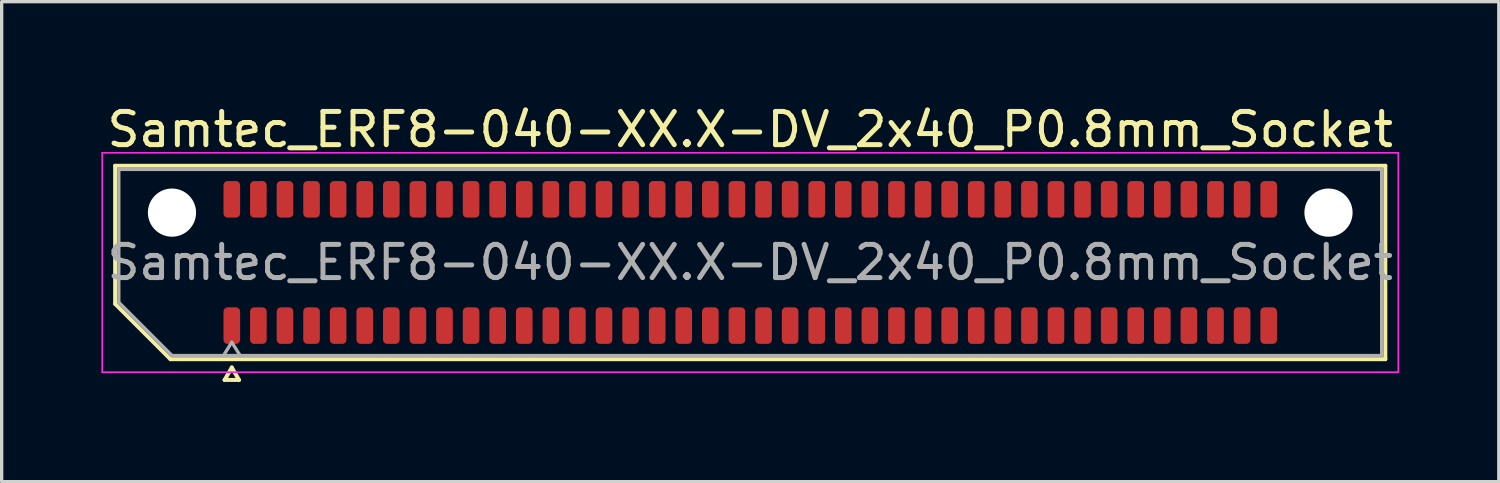
<source format=kicad_pcb>
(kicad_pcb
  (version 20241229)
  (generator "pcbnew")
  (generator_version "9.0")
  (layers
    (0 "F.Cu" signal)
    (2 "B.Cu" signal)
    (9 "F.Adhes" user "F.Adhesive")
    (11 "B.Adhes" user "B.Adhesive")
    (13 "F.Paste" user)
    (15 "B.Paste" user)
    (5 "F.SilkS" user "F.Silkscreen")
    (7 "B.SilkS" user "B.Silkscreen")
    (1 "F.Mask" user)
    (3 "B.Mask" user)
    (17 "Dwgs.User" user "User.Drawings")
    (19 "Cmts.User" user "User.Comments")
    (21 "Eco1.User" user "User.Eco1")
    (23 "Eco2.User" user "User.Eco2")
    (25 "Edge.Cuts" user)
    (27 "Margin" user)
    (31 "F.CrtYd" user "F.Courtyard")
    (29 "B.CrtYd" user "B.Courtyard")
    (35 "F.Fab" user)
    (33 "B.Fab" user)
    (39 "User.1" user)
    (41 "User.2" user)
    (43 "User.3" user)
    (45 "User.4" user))
  (footprint "Samtec_ERF8-040-XX.X-DV_2x40_P0.8mm_Socket"
    (layer "F.Cu")
    (at 19.525 4.848)
    (property "Reference" "Samtec_ERF8-040-XX.X-DV_2x40_P0.8mm_Socket" (at 0 -4 0) (layer "F.SilkS") (effects (font (size 1 1) (thickness 0.15))))
    (attr smd)
    (fp_line (start -19.11 -2.91) (end 19.11 -2.91) (stroke (width 0.12) (type solid)) (layer "F.SilkS"))
    (fp_line (start -19.11 1.246) (end -19.11 -2.91) (stroke (width 0.12) (type solid)) (layer "F.SilkS"))
    (fp_line (start -17.446 2.91) (end -19.11 1.246) (stroke (width 0.12) (type solid)) (layer "F.SilkS"))
    (fp_line (start -15.817 3.535) (end -15.6 3.16) (stroke (width 0.12) (type solid)) (layer "F.SilkS"))
    (fp_line (start -15.6 3.16) (end -15.383 3.535) (stroke (width 0.12) (type solid)) (layer "F.SilkS"))
    (fp_line (start -15.383 3.535) (end -15.817 3.535) (stroke (width 0.12) (type solid)) (layer "F.SilkS"))
    (fp_line (start 19.11 -2.91) (end 19.11 2.91) (stroke (width 0.12) (type solid)) (layer "F.SilkS"))
    (fp_line (start 19.11 2.91) (end -17.446 2.91) (stroke (width 0.12) (type solid)) (layer "F.SilkS"))
    (fp_line (start -19.5 -3.3) (end -19.5 3.3) (stroke (width 0.05) (type solid)) (layer "F.CrtYd"))
    (fp_line (start -19.5 3.3) (end 19.5 3.3) (stroke (width 0.05) (type solid)) (layer "F.CrtYd"))
    (fp_line (start 19.5 -3.3) (end -19.5 -3.3) (stroke (width 0.05) (type solid)) (layer "F.CrtYd"))
    (fp_line (start 19.5 3.3) (end 19.5 -3.3) (stroke (width 0.05) (type solid)) (layer "F.CrtYd"))
    (fp_line (start -19 -2.8) (end 19 -2.8) (stroke (width 0.1) (type solid)) (layer "F.Fab"))
    (fp_line (start -19 1.2) (end -19 -2.8) (stroke (width 0.1) (type solid)) (layer "F.Fab"))
    (fp_line (start -17.4 2.8) (end -19 1.2) (stroke (width 0.1) (type solid)) (layer "F.Fab"))
    (fp_line (start -15.6 2.4) (end -15.85 2.8) (stroke (width 0.1) (type solid)) (layer "F.Fab"))
    (fp_line (start -15.6 2.4) (end -15.35 2.8) (stroke (width 0.1) (type solid)) (layer "F.Fab"))
    (fp_line (start 19 -2.8) (end 19 2.8) (stroke (width 0.1) (type solid)) (layer "F.Fab"))
    (fp_line (start 19 2.8) (end -17.4 2.8) (stroke (width 0.1) (type solid)) (layer "F.Fab"))
    (fp_text user "${REFERENCE}" (at 0 0 0) (layer "F.Fab") (effects (font (size 1 1) (thickness 0.15))))
    (pad "" np_thru_hole circle (at -17.4 -1.5) (size 1.45 1.45) (drill 1.45) (layers "*.Cu" "*.Mask"))
    (pad "" np_thru_hole circle (at 17.4 -1.5) (size 1.45 1.45) (drill 1.45) (layers "*.Cu" "*.Mask"))
    (pad "1" smd roundrect (at -15.6 1.9) (size 0.5 1.1) (layers "F.Cu" "F.Mask" "F.Paste") (roundrect_rratio 0.25))
    (pad "2" smd roundrect (at -15.6 -1.9) (size 0.5 1.1) (layers "F.Cu" "F.Mask" "F.Paste") (roundrect_rratio 0.25))
    (pad "3" smd roundrect (at -14.8 1.9) (size 0.5 1.1) (layers "F.Cu" "F.Mask" "F.Paste") (roundrect_rratio 0.25))
    (pad "4" smd roundrect (at -14.8 -1.9) (size 0.5 1.1) (layers "F.Cu" "F.Mask" "F.Paste") (roundrect_rratio 0.25))
    (pad "5" smd roundrect (at -14 1.9) (size 0.5 1.1) (layers "F.Cu" "F.Mask" "F.Paste") (roundrect_rratio 0.25))
    (pad "6" smd roundrect (at -14 -1.9) (size 0.5 1.1) (layers "F.Cu" "F.Mask" "F.Paste") (roundrect_rratio 0.25))
    (pad "7" smd roundrect (at -13.2 1.9) (size 0.5 1.1) (layers "F.Cu" "F.Mask" "F.Paste") (roundrect_rratio 0.25))
    (pad "8" smd roundrect (at -13.2 -1.9) (size 0.5 1.1) (layers "F.Cu" "F.Mask" "F.Paste") (roundrect_rratio 0.25))
    (pad "9" smd roundrect (at -12.4 1.9) (size 0.5 1.1) (layers "F.Cu" "F.Mask" "F.Paste") (roundrect_rratio 0.25))
    (pad "10" smd roundrect (at -12.4 -1.9) (size 0.5 1.1) (layers "F.Cu" "F.Mask" "F.Paste") (roundrect_rratio 0.25))
    (pad "11" smd roundrect (at -11.6 1.9) (size 0.5 1.1) (layers "F.Cu" "F.Mask" "F.Paste") (roundrect_rratio 0.25))
    (pad "12" smd roundrect (at -11.6 -1.9) (size 0.5 1.1) (layers "F.Cu" "F.Mask" "F.Paste") (roundrect_rratio 0.25))
    (pad "13" smd roundrect (at -10.8 1.9) (size 0.5 1.1) (layers "F.Cu" "F.Mask" "F.Paste") (roundrect_rratio 0.25))
    (pad "14" smd roundrect (at -10.8 -1.9) (size 0.5 1.1) (layers "F.Cu" "F.Mask" "F.Paste") (roundrect_rratio 0.25))
    (pad "15" smd roundrect (at -10 1.9) (size 0.5 1.1) (layers "F.Cu" "F.Mask" "F.Paste") (roundrect_rratio 0.25))
    (pad "16" smd roundrect (at -10 -1.9) (size 0.5 1.1) (layers "F.Cu" "F.Mask" "F.Paste") (roundrect_rratio 0.25))
    (pad "17" smd roundrect (at -9.2 1.9) (size 0.5 1.1) (layers "F.Cu" "F.Mask" "F.Paste") (roundrect_rratio 0.25))
    (pad "18" smd roundrect (at -9.2 -1.9) (size 0.5 1.1) (layers "F.Cu" "F.Mask" "F.Paste") (roundrect_rratio 0.25))
    (pad "19" smd roundrect (at -8.4 1.9) (size 0.5 1.1) (layers "F.Cu" "F.Mask" "F.Paste") (roundrect_rratio 0.25))
    (pad "20" smd roundrect (at -8.4 -1.9) (size 0.5 1.1) (layers "F.Cu" "F.Mask" "F.Paste") (roundrect_rratio 0.25))
    (pad "21" smd roundrect (at -7.6 1.9) (size 0.5 1.1) (layers "F.Cu" "F.Mask" "F.Paste") (roundrect_rratio 0.25))
    (pad "22" smd roundrect (at -7.6 -1.9) (size 0.5 1.1) (layers "F.Cu" "F.Mask" "F.Paste") (roundrect_rratio 0.25))
    (pad "23" smd roundrect (at -6.8 1.9) (size 0.5 1.1) (layers "F.Cu" "F.Mask" "F.Paste") (roundrect_rratio 0.25))
    (pad "24" smd roundrect (at -6.8 -1.9) (size 0.5 1.1) (layers "F.Cu" "F.Mask" "F.Paste") (roundrect_rratio 0.25))
    (pad "25" smd roundrect (at -6 1.9) (size 0.5 1.1) (layers "F.Cu" "F.Mask" "F.Paste") (roundrect_rratio 0.25))
    (pad "26" smd roundrect (at -6 -1.9) (size 0.5 1.1) (layers "F.Cu" "F.Mask" "F.Paste") (roundrect_rratio 0.25))
    (pad "27" smd roundrect (at -5.2 1.9) (size 0.5 1.1) (layers "F.Cu" "F.Mask" "F.Paste") (roundrect_rratio 0.25))
    (pad "28" smd roundrect (at -5.2 -1.9) (size 0.5 1.1) (layers "F.Cu" "F.Mask" "F.Paste") (roundrect_rratio 0.25))
    (pad "29" smd roundrect (at -4.4 1.9) (size 0.5 1.1) (layers "F.Cu" "F.Mask" "F.Paste") (roundrect_rratio 0.25))
    (pad "30" smd roundrect (at -4.4 -1.9) (size 0.5 1.1) (layers "F.Cu" "F.Mask" "F.Paste") (roundrect_rratio 0.25))
    (pad "31" smd roundrect (at -3.6 1.9) (size 0.5 1.1) (layers "F.Cu" "F.Mask" "F.Paste") (roundrect_rratio 0.25))
    (pad "32" smd roundrect (at -3.6 -1.9) (size 0.5 1.1) (layers "F.Cu" "F.Mask" "F.Paste") (roundrect_rratio 0.25))
    (pad "33" smd roundrect (at -2.8 1.9) (size 0.5 1.1) (layers "F.Cu" "F.Mask" "F.Paste") (roundrect_rratio 0.25))
    (pad "34" smd roundrect (at -2.8 -1.9) (size 0.5 1.1) (layers "F.Cu" "F.Mask" "F.Paste") (roundrect_rratio 0.25))
    (pad "35" smd roundrect (at -2 1.9) (size 0.5 1.1) (layers "F.Cu" "F.Mask" "F.Paste") (roundrect_rratio 0.25))
    (pad "36" smd roundrect (at -2 -1.9) (size 0.5 1.1) (layers "F.Cu" "F.Mask" "F.Paste") (roundrect_rratio 0.25))
    (pad "37" smd roundrect (at -1.2 1.9) (size 0.5 1.1) (layers "F.Cu" "F.Mask" "F.Paste") (roundrect_rratio 0.25))
    (pad "38" smd roundrect (at -1.2 -1.9) (size 0.5 1.1) (layers "F.Cu" "F.Mask" "F.Paste") (roundrect_rratio 0.25))
    (pad "39" smd roundrect (at -0.4 1.9) (size 0.5 1.1) (layers "F.Cu" "F.Mask" "F.Paste") (roundrect_rratio 0.25))
    (pad "40" smd roundrect (at -0.4 -1.9) (size 0.5 1.1) (layers "F.Cu" "F.Mask" "F.Paste") (roundrect_rratio 0.25))
    (pad "41" smd roundrect (at 0.4 1.9) (size 0.5 1.1) (layers "F.Cu" "F.Mask" "F.Paste") (roundrect_rratio 0.25))
    (pad "42" smd roundrect (at 0.4 -1.9) (size 0.5 1.1) (layers "F.Cu" "F.Mask" "F.Paste") (roundrect_rratio 0.25))
    (pad "43" smd roundrect (at 1.2 1.9) (size 0.5 1.1) (layers "F.Cu" "F.Mask" "F.Paste") (roundrect_rratio 0.25))
    (pad "44" smd roundrect (at 1.2 -1.9) (size 0.5 1.1) (layers "F.Cu" "F.Mask" "F.Paste") (roundrect_rratio 0.25))
    (pad "45" smd roundrect (at 2 1.9) (size 0.5 1.1) (layers "F.Cu" "F.Mask" "F.Paste") (roundrect_rratio 0.25))
    (pad "46" smd roundrect (at 2 -1.9) (size 0.5 1.1) (layers "F.Cu" "F.Mask" "F.Paste") (roundrect_rratio 0.25))
    (pad "47" smd roundrect (at 2.8 1.9) (size 0.5 1.1) (layers "F.Cu" "F.Mask" "F.Paste") (roundrect_rratio 0.25))
    (pad "48" smd roundrect (at 2.8 -1.9) (size 0.5 1.1) (layers "F.Cu" "F.Mask" "F.Paste") (roundrect_rratio 0.25))
    (pad "49" smd roundrect (at 3.6 1.9) (size 0.5 1.1) (layers "F.Cu" "F.Mask" "F.Paste") (roundrect_rratio 0.25))
    (pad "50" smd roundrect (at 3.6 -1.9) (size 0.5 1.1) (layers "F.Cu" "F.Mask" "F.Paste") (roundrect_rratio 0.25))
    (pad "51" smd roundrect (at 4.4 1.9) (size 0.5 1.1) (layers "F.Cu" "F.Mask" "F.Paste") (roundrect_rratio 0.25))
    (pad "52" smd roundrect (at 4.4 -1.9) (size 0.5 1.1) (layers "F.Cu" "F.Mask" "F.Paste") (roundrect_rratio 0.25))
    (pad "53" smd roundrect (at 5.2 1.9) (size 0.5 1.1) (layers "F.Cu" "F.Mask" "F.Paste") (roundrect_rratio 0.25))
    (pad "54" smd roundrect (at 5.2 -1.9) (size 0.5 1.1) (layers "F.Cu" "F.Mask" "F.Paste") (roundrect_rratio 0.25))
    (pad "55" smd roundrect (at 6 1.9) (size 0.5 1.1) (layers "F.Cu" "F.Mask" "F.Paste") (roundrect_rratio 0.25))
    (pad "56" smd roundrect (at 6 -1.9) (size 0.5 1.1) (layers "F.Cu" "F.Mask" "F.Paste") (roundrect_rratio 0.25))
    (pad "57" smd roundrect (at 6.8 1.9) (size 0.5 1.1) (layers "F.Cu" "F.Mask" "F.Paste") (roundrect_rratio 0.25))
    (pad "58" smd roundrect (at 6.8 -1.9) (size 0.5 1.1) (layers "F.Cu" "F.Mask" "F.Paste") (roundrect_rratio 0.25))
    (pad "59" smd roundrect (at 7.6 1.9) (size 0.5 1.1) (layers "F.Cu" "F.Mask" "F.Paste") (roundrect_rratio 0.25))
    (pad "60" smd roundrect (at 7.6 -1.9) (size 0.5 1.1) (layers "F.Cu" "F.Mask" "F.Paste") (roundrect_rratio 0.25))
    (pad "61" smd roundrect (at 8.4 1.9) (size 0.5 1.1) (layers "F.Cu" "F.Mask" "F.Paste") (roundrect_rratio 0.25))
    (pad "62" smd roundrect (at 8.4 -1.9) (size 0.5 1.1) (layers "F.Cu" "F.Mask" "F.Paste") (roundrect_rratio 0.25))
    (pad "63" smd roundrect (at 9.2 1.9) (size 0.5 1.1) (layers "F.Cu" "F.Mask" "F.Paste") (roundrect_rratio 0.25))
    (pad "64" smd roundrect (at 9.2 -1.9) (size 0.5 1.1) (layers "F.Cu" "F.Mask" "F.Paste") (roundrect_rratio 0.25))
    (pad "65" smd roundrect (at 10 1.9) (size 0.5 1.1) (layers "F.Cu" "F.Mask" "F.Paste") (roundrect_rratio 0.25))
    (pad "66" smd roundrect (at 10 -1.9) (size 0.5 1.1) (layers "F.Cu" "F.Mask" "F.Paste") (roundrect_rratio 0.25))
    (pad "67" smd roundrect (at 10.8 1.9) (size 0.5 1.1) (layers "F.Cu" "F.Mask" "F.Paste") (roundrect_rratio 0.25))
    (pad "68" smd roundrect (at 10.8 -1.9) (size 0.5 1.1) (layers "F.Cu" "F.Mask" "F.Paste") (roundrect_rratio 0.25))
    (pad "69" smd roundrect (at 11.6 1.9) (size 0.5 1.1) (layers "F.Cu" "F.Mask" "F.Paste") (roundrect_rratio 0.25))
    (pad "70" smd roundrect (at 11.6 -1.9) (size 0.5 1.1) (layers "F.Cu" "F.Mask" "F.Paste") (roundrect_rratio 0.25))
    (pad "71" smd roundrect (at 12.4 1.9) (size 0.5 1.1) (layers "F.Cu" "F.Mask" "F.Paste") (roundrect_rratio 0.25))
    (pad "72" smd roundrect (at 12.4 -1.9) (size 0.5 1.1) (layers "F.Cu" "F.Mask" "F.Paste") (roundrect_rratio 0.25))
    (pad "73" smd roundrect (at 13.2 1.9) (size 0.5 1.1) (layers "F.Cu" "F.Mask" "F.Paste") (roundrect_rratio 0.25))
    (pad "74" smd roundrect (at 13.2 -1.9) (size 0.5 1.1) (layers "F.Cu" "F.Mask" "F.Paste") (roundrect_rratio 0.25))
    (pad "75" smd roundrect (at 14 1.9) (size 0.5 1.1) (layers "F.Cu" "F.Mask" "F.Paste") (roundrect_rratio 0.25))
    (pad "76" smd roundrect (at 14 -1.9) (size 0.5 1.1) (layers "F.Cu" "F.Mask" "F.Paste") (roundrect_rratio 0.25))
    (pad "77" smd roundrect (at 14.8 1.9) (size 0.5 1.1) (layers "F.Cu" "F.Mask" "F.Paste") (roundrect_rratio 0.25))
    (pad "78" smd roundrect (at 14.8 -1.9) (size 0.5 1.1) (layers "F.Cu" "F.Mask" "F.Paste") (roundrect_rratio 0.25))
    (pad "79" smd roundrect (at 15.6 1.9) (size 0.5 1.1) (layers "F.Cu" "F.Mask" "F.Paste") (roundrect_rratio 0.25))
    (pad "80" smd roundrect (at 15.6 -1.9) (size 0.5 1.1) (layers "F.Cu" "F.Mask" "F.Paste") (roundrect_rratio 0.25)))
  (gr_rect
    (start -3 -3)
    (end 42.05 11.443)
    (stroke (width 0.1) (type default))
    (fill no)
    (layer "Edge.Cuts")))
</source>
